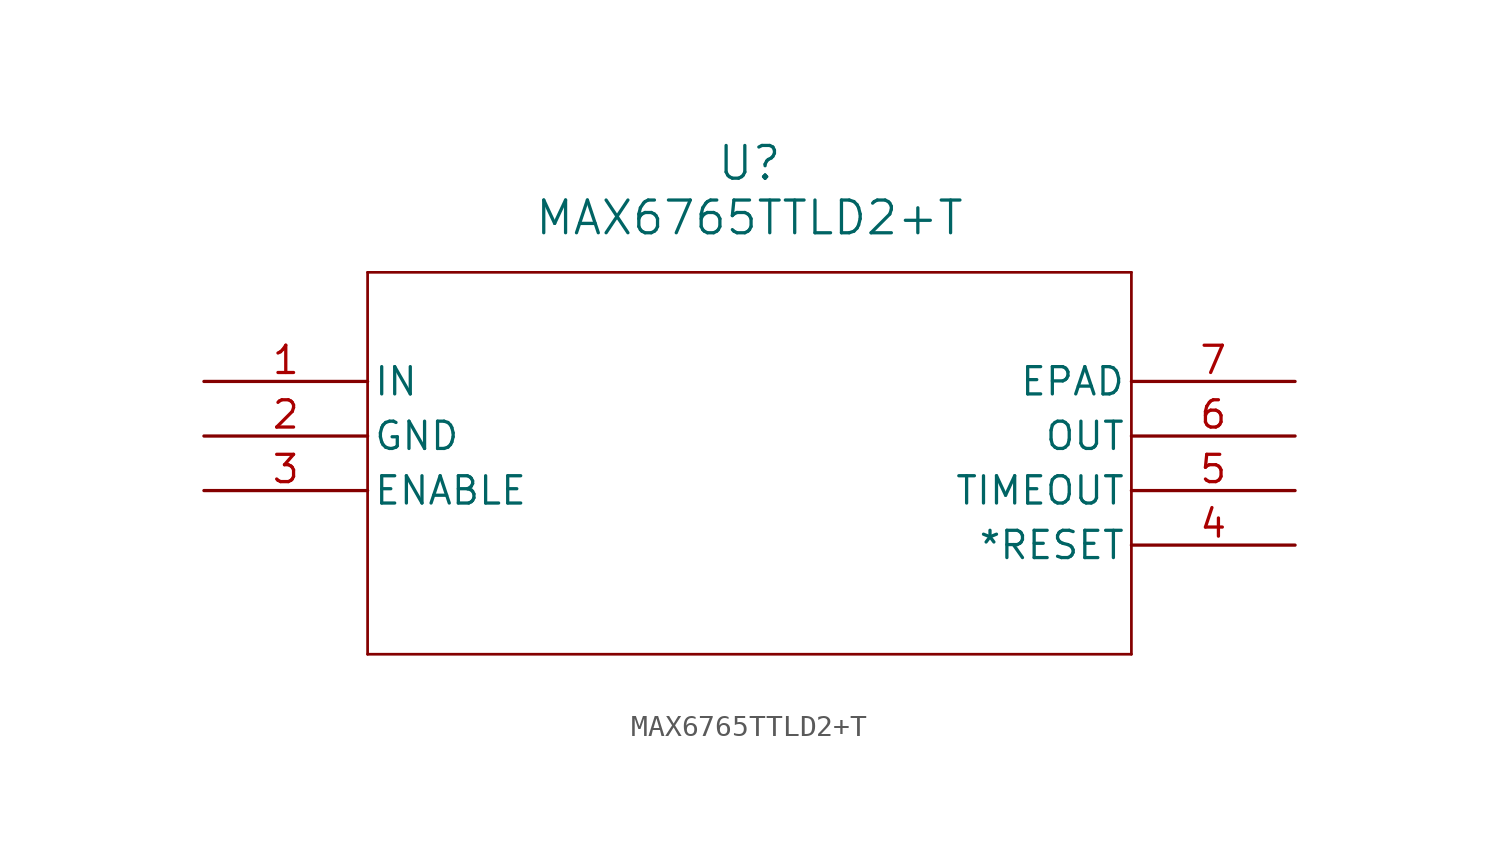
<source format=kicad_sym>
(kicad_symbol_lib
  (version 20211014)
  (generator kicad_symbol_editor)
  (symbol "MAX6765TTLD2+T"
    (pin_names
      (offset 0.254))
    (property "Reference" "U"
      (at 25.4 10.16 0)
      (effects (font (size 1.524 1.524))))
    (property "Value" "MAX6765TTLD2+T"
      (at 25.4 7.62 0)
      (effects (font (size 1.524 1.524))))
    (polyline
      (pts (xy 7.62 5.08) (xy 7.62 -12.7))
      (stroke (width 0.127) (type default) (color 0 0 0 0))
      (fill (type none)))
    (polyline
      (pts (xy 7.62 -12.7) (xy 43.18 -12.7))
      (stroke (width 0.127) (type default) (color 0 0 0 0))
      (fill (type none)))
    (polyline
      (pts (xy 43.18 -12.7) (xy 43.18 5.08))
      (stroke (width 0.127) (type default) (color 0 0 0 0))
      (fill (type none)))
    (polyline
      (pts (xy 43.18 5.08) (xy 7.62 5.08))
      (stroke (width 0.127) (type default) (color 0 0 0 0))
      (fill (type none)))
    (pin input line
      (at 0 0 0)
      (length 7.62)
      (name "IN" (effects (font (size 1.27 1.27))))
      (number "1" (effects (font (size 1.27 1.27)))))
    (pin power_in line
      (at 0 -2.54 0)
      (length 7.62)
      (name "GND" (effects (font (size 1.27 1.27))))
      (number "2" (effects (font (size 1.27 1.27)))))
    (pin input line
      (at 0 -5.08 0)
      (length 7.62)
      (name "ENABLE" (effects (font (size 1.27 1.27))))
      (number "3" (effects (font (size 1.27 1.27)))))
    (pin output line
      (at 50.8 -7.62 180)
      (length 7.62)
      (name "*RESET" (effects (font (size 1.27 1.27))))
      (number "4" (effects (font (size 1.27 1.27)))))
    (pin input line
      (at 50.8 -5.08 180)
      (length 7.62)
      (name "TIMEOUT" (effects (font (size 1.27 1.27))))
      (number "5" (effects (font (size 1.27 1.27)))))
    (pin output line
      (at 50.8 -2.54 180)
      (length 7.62)
      (name "OUT" (effects (font (size 1.27 1.27))))
      (number "6" (effects (font (size 1.27 1.27)))))
    (pin unspecified line
      (at 50.8 0 180)
      (length 7.62)
      (name "EPAD" (effects (font (size 1.27 1.27))))
      (number "7" (effects (font (size 1.27 1.27)))))))
</source>
